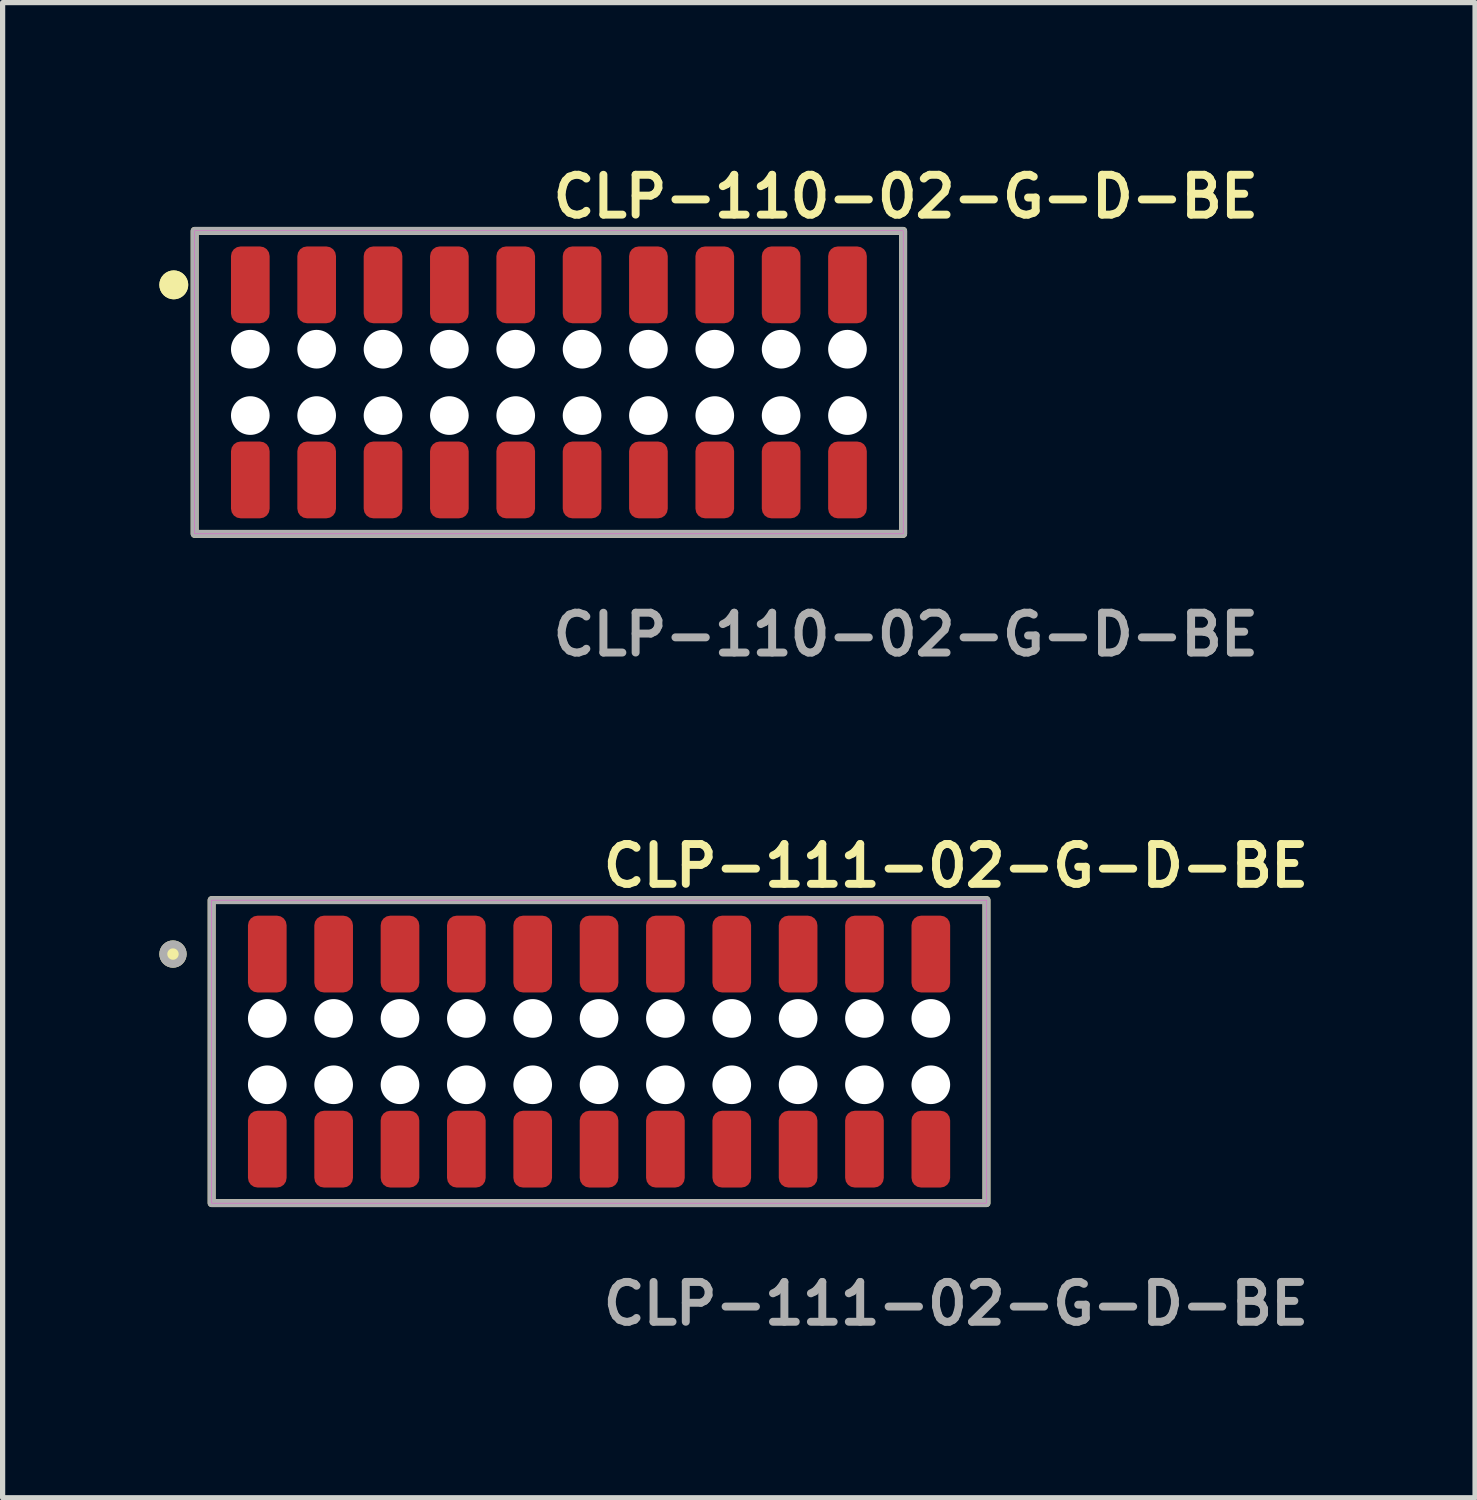
<source format=kicad_pcb>
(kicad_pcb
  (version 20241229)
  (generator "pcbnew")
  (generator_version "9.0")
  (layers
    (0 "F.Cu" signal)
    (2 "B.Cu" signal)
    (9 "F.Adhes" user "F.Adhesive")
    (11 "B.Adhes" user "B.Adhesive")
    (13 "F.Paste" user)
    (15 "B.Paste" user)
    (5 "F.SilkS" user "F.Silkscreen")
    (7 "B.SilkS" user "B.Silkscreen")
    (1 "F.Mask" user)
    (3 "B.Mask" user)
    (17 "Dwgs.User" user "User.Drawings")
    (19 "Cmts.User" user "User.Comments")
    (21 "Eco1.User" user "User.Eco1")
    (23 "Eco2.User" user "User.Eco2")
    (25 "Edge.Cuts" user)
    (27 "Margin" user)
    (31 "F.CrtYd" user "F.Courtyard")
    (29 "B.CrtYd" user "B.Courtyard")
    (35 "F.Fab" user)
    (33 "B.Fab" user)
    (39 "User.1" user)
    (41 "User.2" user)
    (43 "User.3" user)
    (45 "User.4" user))
  (footprint "CLP-110-02-G-D-BE"
    (layer "F.Cu")
    (at 7.456 4.269)
    (property "Reference" "CLP-110-02-G-D-BE" (at 0 -3.556 0) (unlocked yes) (layer "F.SilkS") (effects (font (size 0.762 0.762) (thickness 0.152)) (justify left)))
    (fp_rect (start -6.78 2.9) (end 6.78 -2.9) (stroke (width 0.152) (type solid)) (fill no) (layer "F.SilkS"))
    (fp_circle (center -7.18 -1.867) (end -7.38 -1.867) (stroke (width 0.152) (type solid)) (fill yes) (layer "F.SilkS"))
    (fp_circle (center -7.18 -1.867) (end -7.38 -1.867) (stroke (width 0.152) (type solid)) (fill yes) (layer "F.SilkS"))
    (fp_rect (start -6.78 2.9) (end 6.78 -2.9) (stroke (width 0.006) (type solid)) (fill no) (layer "F.CrtYd"))
    (fp_rect (start -6.78 2.9) (end 6.78 -2.9) (stroke (width 0.152) (type solid)) (fill no) (layer "F.Fab"))
    (fp_text user "${REFERENCE}" (at 0 4.826 0) (unlocked yes) (layer "F.Fab") (effects (font (size 0.762 0.762) (thickness 0.152)) (justify left)))
    (pad "" np_thru_hole circle (at -5.715 -0.635) (size 0.74 0.74) (drill 0.74) (layers "*.Cu" "*.Mask"))
    (pad "" np_thru_hole circle (at -5.715 0.635) (size 0.74 0.74) (drill 0.74) (layers "*.Cu" "*.Mask"))
    (pad "" np_thru_hole circle (at -4.445 -0.635) (size 0.74 0.74) (drill 0.74) (layers "*.Cu" "*.Mask"))
    (pad "" np_thru_hole circle (at -4.445 0.635) (size 0.74 0.74) (drill 0.74) (layers "*.Cu" "*.Mask"))
    (pad "" np_thru_hole circle (at -3.175 -0.635) (size 0.74 0.74) (drill 0.74) (layers "*.Cu" "*.Mask"))
    (pad "" np_thru_hole circle (at -3.175 0.635) (size 0.74 0.74) (drill 0.74) (layers "*.Cu" "*.Mask"))
    (pad "" np_thru_hole circle (at -1.905 -0.635) (size 0.74 0.74) (drill 0.74) (layers "*.Cu" "*.Mask"))
    (pad "" np_thru_hole circle (at -1.905 0.635) (size 0.74 0.74) (drill 0.74) (layers "*.Cu" "*.Mask"))
    (pad "" np_thru_hole circle (at -0.635 -0.635) (size 0.74 0.74) (drill 0.74) (layers "*.Cu" "*.Mask"))
    (pad "" np_thru_hole circle (at -0.635 0.635) (size 0.74 0.74) (drill 0.74) (layers "*.Cu" "*.Mask"))
    (pad "" np_thru_hole circle (at 0.635 -0.635) (size 0.74 0.74) (drill 0.74) (layers "*.Cu" "*.Mask"))
    (pad "" np_thru_hole circle (at 0.635 0.635) (size 0.74 0.74) (drill 0.74) (layers "*.Cu" "*.Mask"))
    (pad "" np_thru_hole circle (at 1.905 -0.635) (size 0.74 0.74) (drill 0.74) (layers "*.Cu" "*.Mask"))
    (pad "" np_thru_hole circle (at 1.905 0.635) (size 0.74 0.74) (drill 0.74) (layers "*.Cu" "*.Mask"))
    (pad "" np_thru_hole circle (at 3.175 -0.635) (size 0.74 0.74) (drill 0.74) (layers "*.Cu" "*.Mask"))
    (pad "" np_thru_hole circle (at 3.175 0.635) (size 0.74 0.74) (drill 0.74) (layers "*.Cu" "*.Mask"))
    (pad "" np_thru_hole circle (at 4.445 -0.635) (size 0.74 0.74) (drill 0.74) (layers "*.Cu" "*.Mask"))
    (pad "" np_thru_hole circle (at 4.445 0.635) (size 0.74 0.74) (drill 0.74) (layers "*.Cu" "*.Mask"))
    (pad "" np_thru_hole circle (at 5.715 -0.635) (size 0.74 0.74) (drill 0.74) (layers "*.Cu" "*.Mask"))
    (pad "" np_thru_hole circle (at 5.715 0.635) (size 0.74 0.74) (drill 0.74) (layers "*.Cu" "*.Mask"))
    (pad "1" smd roundrect (at -5.715 -1.867) (size 0.74 1.47) (layers "F.Cu" "F.Paste") (roundrect_rratio 0.25))
    (pad "2" smd roundrect (at -5.715 1.867) (size 0.74 1.47) (layers "F.Cu" "F.Paste") (roundrect_rratio 0.25))
    (pad "3" smd roundrect (at -4.445 -1.867) (size 0.74 1.47) (layers "F.Cu" "F.Paste") (roundrect_rratio 0.25))
    (pad "4" smd roundrect (at -4.445 1.867) (size 0.74 1.47) (layers "F.Cu" "F.Paste") (roundrect_rratio 0.25))
    (pad "5" smd roundrect (at -3.175 -1.867) (size 0.74 1.47) (layers "F.Cu" "F.Paste") (roundrect_rratio 0.25))
    (pad "6" smd roundrect (at -3.175 1.867) (size 0.74 1.47) (layers "F.Cu" "F.Paste") (roundrect_rratio 0.25))
    (pad "7" smd roundrect (at -1.905 -1.867) (size 0.74 1.47) (layers "F.Cu" "F.Paste") (roundrect_rratio 0.25))
    (pad "8" smd roundrect (at -1.905 1.867) (size 0.74 1.47) (layers "F.Cu" "F.Paste") (roundrect_rratio 0.25))
    (pad "9" smd roundrect (at -0.635 -1.867) (size 0.74 1.47) (layers "F.Cu" "F.Paste") (roundrect_rratio 0.25))
    (pad "10" smd roundrect (at -0.635 1.867) (size 0.74 1.47) (layers "F.Cu" "F.Paste") (roundrect_rratio 0.25))
    (pad "11" smd roundrect (at 0.635 -1.867) (size 0.74 1.47) (layers "F.Cu" "F.Paste") (roundrect_rratio 0.25))
    (pad "12" smd roundrect (at 0.635 1.867) (size 0.74 1.47) (layers "F.Cu" "F.Paste") (roundrect_rratio 0.25))
    (pad "13" smd roundrect (at 1.905 -1.867) (size 0.74 1.47) (layers "F.Cu" "F.Paste") (roundrect_rratio 0.25))
    (pad "14" smd roundrect (at 1.905 1.867) (size 0.74 1.47) (layers "F.Cu" "F.Paste") (roundrect_rratio 0.25))
    (pad "15" smd roundrect (at 3.175 -1.867) (size 0.74 1.47) (layers "F.Cu" "F.Paste") (roundrect_rratio 0.25))
    (pad "16" smd roundrect (at 3.175 1.867) (size 0.74 1.47) (layers "F.Cu" "F.Paste") (roundrect_rratio 0.25))
    (pad "17" smd roundrect (at 4.445 -1.867) (size 0.74 1.47) (layers "F.Cu" "F.Paste") (roundrect_rratio 0.25))
    (pad "18" smd roundrect (at 4.445 1.867) (size 0.74 1.47) (layers "F.Cu" "F.Paste") (roundrect_rratio 0.25))
    (pad "19" smd roundrect (at 5.715 -1.867) (size 0.74 1.47) (layers "F.Cu" "F.Paste") (roundrect_rratio 0.25))
    (pad "20" smd roundrect (at 5.715 1.867) (size 0.74 1.47) (layers "F.Cu" "F.Paste") (roundrect_rratio 0.25)))
  (footprint "CLP-111-02-G-D-BE"
    (layer "F.Cu")
    (at 8.416 17.078)
    (property "Reference" "CLP-111-02-G-D-BE" (at 0 -3.556 0) (unlocked yes) (layer "F.SilkS") (effects (font (size 0.762 0.762) (thickness 0.152)) (justify left)))
    (fp_rect (start -7.415 2.9) (end 7.415 -2.9) (stroke (width 0.152) (type solid)) (fill no) (layer "F.SilkS"))
    (fp_circle (center -8.155 -1.867) (end -8.34 -1.867) (stroke (width 0.152) (type solid)) (fill yes) (layer "F.SilkS"))
    (fp_rect (start -7.415 2.9) (end 7.415 -2.9) (stroke (width 0.006) (type solid)) (fill no) (layer "F.CrtYd"))
    (fp_rect (start -7.415 2.9) (end 7.415 -2.9) (stroke (width 0.152) (type solid)) (fill no) (layer "F.Fab"))
    (fp_circle (center -8.155 -1.867) (end -8.34 -1.867) (stroke (width 0.152) (type solid)) (fill no) (layer "F.Fab"))
    (fp_text user "${REFERENCE}" (at 0 4.826 0) (unlocked yes) (layer "F.Fab") (effects (font (size 0.762 0.762) (thickness 0.152)) (justify left)))
    (pad "" np_thru_hole circle (at -6.35 -0.635) (size 0.74 0.74) (drill 0.74) (layers "*.Cu" "*.Mask"))
    (pad "" np_thru_hole circle (at -6.35 0.635) (size 0.74 0.74) (drill 0.74) (layers "*.Cu" "*.Mask"))
    (pad "" np_thru_hole circle (at -5.08 -0.635) (size 0.74 0.74) (drill 0.74) (layers "*.Cu" "*.Mask"))
    (pad "" np_thru_hole circle (at -5.08 0.635) (size 0.74 0.74) (drill 0.74) (layers "*.Cu" "*.Mask"))
    (pad "" np_thru_hole circle (at -3.81 -0.635) (size 0.74 0.74) (drill 0.74) (layers "*.Cu" "*.Mask"))
    (pad "" np_thru_hole circle (at -3.81 0.635) (size 0.74 0.74) (drill 0.74) (layers "*.Cu" "*.Mask"))
    (pad "" np_thru_hole circle (at -2.54 -0.635) (size 0.74 0.74) (drill 0.74) (layers "*.Cu" "*.Mask"))
    (pad "" np_thru_hole circle (at -2.54 0.635) (size 0.74 0.74) (drill 0.74) (layers "*.Cu" "*.Mask"))
    (pad "" np_thru_hole circle (at -1.27 -0.635) (size 0.74 0.74) (drill 0.74) (layers "*.Cu" "*.Mask"))
    (pad "" np_thru_hole circle (at -1.27 0.635) (size 0.74 0.74) (drill 0.74) (layers "*.Cu" "*.Mask"))
    (pad "" np_thru_hole circle (at 0 -0.635) (size 0.74 0.74) (drill 0.74) (layers "*.Cu" "*.Mask"))
    (pad "" np_thru_hole circle (at 0 0.635) (size 0.74 0.74) (drill 0.74) (layers "*.Cu" "*.Mask"))
    (pad "" np_thru_hole circle (at 1.27 -0.635) (size 0.74 0.74) (drill 0.74) (layers "*.Cu" "*.Mask"))
    (pad "" np_thru_hole circle (at 1.27 0.635) (size 0.74 0.74) (drill 0.74) (layers "*.Cu" "*.Mask"))
    (pad "" np_thru_hole circle (at 2.54 -0.635) (size 0.74 0.74) (drill 0.74) (layers "*.Cu" "*.Mask"))
    (pad "" np_thru_hole circle (at 2.54 0.635) (size 0.74 0.74) (drill 0.74) (layers "*.Cu" "*.Mask"))
    (pad "" np_thru_hole circle (at 3.81 -0.635) (size 0.74 0.74) (drill 0.74) (layers "*.Cu" "*.Mask"))
    (pad "" np_thru_hole circle (at 3.81 0.635) (size 0.74 0.74) (drill 0.74) (layers "*.Cu" "*.Mask"))
    (pad "" np_thru_hole circle (at 5.08 -0.635) (size 0.74 0.74) (drill 0.74) (layers "*.Cu" "*.Mask"))
    (pad "" np_thru_hole circle (at 5.08 0.635) (size 0.74 0.74) (drill 0.74) (layers "*.Cu" "*.Mask"))
    (pad "" np_thru_hole circle (at 6.35 -0.635) (size 0.74 0.74) (drill 0.74) (layers "*.Cu" "*.Mask"))
    (pad "" np_thru_hole circle (at 6.35 0.635) (size 0.74 0.74) (drill 0.74) (layers "*.Cu" "*.Mask"))
    (pad "1" smd roundrect (at -6.35 -1.867) (size 0.74 1.47) (layers "F.Cu" "F.Paste") (roundrect_rratio 0.25))
    (pad "2" smd roundrect (at -6.35 1.867) (size 0.74 1.47) (layers "F.Cu" "F.Paste") (roundrect_rratio 0.25))
    (pad "3" smd roundrect (at -5.08 -1.867) (size 0.74 1.47) (layers "F.Cu" "F.Paste") (roundrect_rratio 0.25))
    (pad "4" smd roundrect (at -5.08 1.867) (size 0.74 1.47) (layers "F.Cu" "F.Paste") (roundrect_rratio 0.25))
    (pad "5" smd roundrect (at -3.81 -1.867) (size 0.74 1.47) (layers "F.Cu" "F.Paste") (roundrect_rratio 0.25))
    (pad "6" smd roundrect (at -3.81 1.867) (size 0.74 1.47) (layers "F.Cu" "F.Paste") (roundrect_rratio 0.25))
    (pad "7" smd roundrect (at -2.54 -1.867) (size 0.74 1.47) (layers "F.Cu" "F.Paste") (roundrect_rratio 0.25))
    (pad "8" smd roundrect (at -2.54 1.867) (size 0.74 1.47) (layers "F.Cu" "F.Paste") (roundrect_rratio 0.25))
    (pad "9" smd roundrect (at -1.27 -1.867) (size 0.74 1.47) (layers "F.Cu" "F.Paste") (roundrect_rratio 0.25))
    (pad "10" smd roundrect (at -1.27 1.867) (size 0.74 1.47) (layers "F.Cu" "F.Paste") (roundrect_rratio 0.25))
    (pad "11" smd roundrect (at 0 -1.867) (size 0.74 1.47) (layers "F.Cu" "F.Paste") (roundrect_rratio 0.25))
    (pad "12" smd roundrect (at 0 1.867) (size 0.74 1.47) (layers "F.Cu" "F.Paste") (roundrect_rratio 0.25))
    (pad "13" smd roundrect (at 1.27 -1.867) (size 0.74 1.47) (layers "F.Cu" "F.Paste") (roundrect_rratio 0.25))
    (pad "14" smd roundrect (at 1.27 1.867) (size 0.74 1.47) (layers "F.Cu" "F.Paste") (roundrect_rratio 0.25))
    (pad "15" smd roundrect (at 2.54 -1.867) (size 0.74 1.47) (layers "F.Cu" "F.Paste") (roundrect_rratio 0.25))
    (pad "16" smd roundrect (at 2.54 1.867) (size 0.74 1.47) (layers "F.Cu" "F.Paste") (roundrect_rratio 0.25))
    (pad "17" smd roundrect (at 3.81 -1.867) (size 0.74 1.47) (layers "F.Cu" "F.Paste") (roundrect_rratio 0.25))
    (pad "18" smd roundrect (at 3.81 1.867) (size 0.74 1.47) (layers "F.Cu" "F.Paste") (roundrect_rratio 0.25))
    (pad "19" smd roundrect (at 5.08 -1.867) (size 0.74 1.47) (layers "F.Cu" "F.Paste") (roundrect_rratio 0.25))
    (pad "20" smd roundrect (at 5.08 1.867) (size 0.74 1.47) (layers "F.Cu" "F.Paste") (roundrect_rratio 0.25))
    (pad "21" smd roundrect (at 6.35 -1.867) (size 0.74 1.47) (layers "F.Cu" "F.Paste") (roundrect_rratio 0.25))
    (pad "22" smd roundrect (at 6.35 1.867) (size 0.74 1.47) (layers "F.Cu" "F.Paste") (roundrect_rratio 0.25)))
  (gr_rect
    (start -3 -3)
    (end 25.183 25.617)
    (stroke (width 0.1) (type default))
    (fill no)
    (layer "Edge.Cuts")))
</source>
